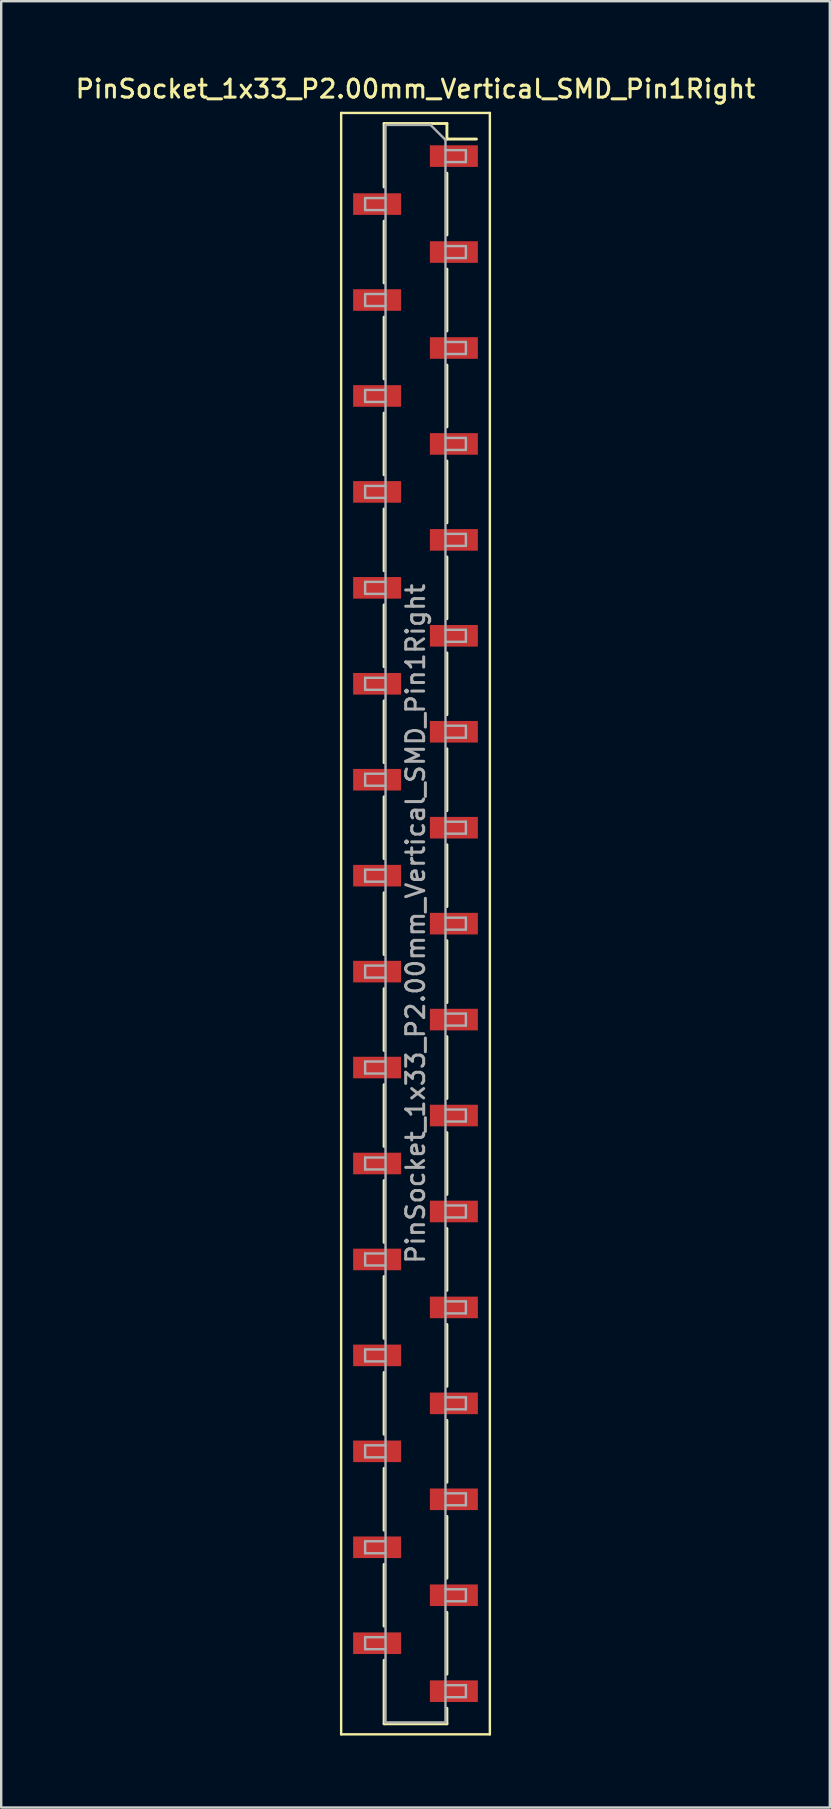
<source format=kicad_pcb>
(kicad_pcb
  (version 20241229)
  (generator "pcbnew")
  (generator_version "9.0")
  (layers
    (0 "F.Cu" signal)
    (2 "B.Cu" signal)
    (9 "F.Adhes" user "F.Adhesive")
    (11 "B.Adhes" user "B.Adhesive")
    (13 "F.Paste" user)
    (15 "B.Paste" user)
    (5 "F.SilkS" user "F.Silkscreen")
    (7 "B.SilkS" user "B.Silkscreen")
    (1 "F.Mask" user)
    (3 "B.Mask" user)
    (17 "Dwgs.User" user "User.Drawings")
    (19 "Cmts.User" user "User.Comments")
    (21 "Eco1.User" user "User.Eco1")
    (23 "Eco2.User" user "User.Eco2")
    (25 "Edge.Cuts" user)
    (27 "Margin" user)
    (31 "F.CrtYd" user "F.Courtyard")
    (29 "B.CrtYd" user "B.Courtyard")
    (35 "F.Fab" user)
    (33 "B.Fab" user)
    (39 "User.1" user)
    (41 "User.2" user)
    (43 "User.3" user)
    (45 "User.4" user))
  (footprint "PinSocket_1x33_P2.00mm_Vertical_SMD_Pin1Right"
    (layer "F.Cu")
    (at 14.273 35.458)
    (property "Reference" "PinSocket_1x33_P2.00mm_Vertical_SMD_Pin1Right" (at 0 -34.8 0) (layer "F.SilkS") (effects (font (size 0.75 0.75) (thickness 0.125))))
    (attr smd)
    (fp_line (start -3.1 -33.8) (end 3.1 -33.8) (stroke (width 0.1) (type solid)) (layer "F.SilkS"))
    (fp_line (start -3.1 33.8) (end -3.1 -33.8) (stroke (width 0.1) (type solid)) (layer "F.SilkS"))
    (fp_line (start -1.31 -33.36) (end -1.31 -30.71) (stroke (width 0.12) (type solid)) (layer "F.SilkS"))
    (fp_line (start -1.31 -33.36) (end 1.31 -33.36) (stroke (width 0.12) (type solid)) (layer "F.SilkS"))
    (fp_line (start -1.31 -29.29) (end -1.31 -26.71) (stroke (width 0.12) (type solid)) (layer "F.SilkS"))
    (fp_line (start -1.31 -25.29) (end -1.31 -22.71) (stroke (width 0.12) (type solid)) (layer "F.SilkS"))
    (fp_line (start -1.31 -21.29) (end -1.31 -18.71) (stroke (width 0.12) (type solid)) (layer "F.SilkS"))
    (fp_line (start -1.31 -17.29) (end -1.31 -14.71) (stroke (width 0.12) (type solid)) (layer "F.SilkS"))
    (fp_line (start -1.31 -13.29) (end -1.31 -10.71) (stroke (width 0.12) (type solid)) (layer "F.SilkS"))
    (fp_line (start -1.31 -9.29) (end -1.31 -6.71) (stroke (width 0.12) (type solid)) (layer "F.SilkS"))
    (fp_line (start -1.31 -5.29) (end -1.31 -2.71) (stroke (width 0.12) (type solid)) (layer "F.SilkS"))
    (fp_line (start -1.31 -1.29) (end -1.31 1.29) (stroke (width 0.12) (type solid)) (layer "F.SilkS"))
    (fp_line (start -1.31 2.71) (end -1.31 5.29) (stroke (width 0.12) (type solid)) (layer "F.SilkS"))
    (fp_line (start -1.31 6.71) (end -1.31 9.29) (stroke (width 0.12) (type solid)) (layer "F.SilkS"))
    (fp_line (start -1.31 10.71) (end -1.31 13.29) (stroke (width 0.12) (type solid)) (layer "F.SilkS"))
    (fp_line (start -1.31 14.71) (end -1.31 17.29) (stroke (width 0.12) (type solid)) (layer "F.SilkS"))
    (fp_line (start -1.31 18.71) (end -1.31 21.29) (stroke (width 0.12) (type solid)) (layer "F.SilkS"))
    (fp_line (start -1.31 22.71) (end -1.31 25.29) (stroke (width 0.12) (type solid)) (layer "F.SilkS"))
    (fp_line (start -1.31 26.71) (end -1.31 29.29) (stroke (width 0.12) (type solid)) (layer "F.SilkS"))
    (fp_line (start -1.31 30.71) (end -1.31 33.36) (stroke (width 0.12) (type solid)) (layer "F.SilkS"))
    (fp_line (start -1.31 33.36) (end 1.31 33.36) (stroke (width 0.12) (type solid)) (layer "F.SilkS"))
    (fp_line (start 1.31 -33.36) (end 1.31 -32.71) (stroke (width 0.12) (type solid)) (layer "F.SilkS"))
    (fp_line (start 1.31 -32.71) (end 2.54 -32.71) (stroke (width 0.12) (type solid)) (layer "F.SilkS"))
    (fp_line (start 1.31 -31.29) (end 1.31 -28.71) (stroke (width 0.12) (type solid)) (layer "F.SilkS"))
    (fp_line (start 1.31 -27.29) (end 1.31 -24.71) (stroke (width 0.12) (type solid)) (layer "F.SilkS"))
    (fp_line (start 1.31 -23.29) (end 1.31 -20.71) (stroke (width 0.12) (type solid)) (layer "F.SilkS"))
    (fp_line (start 1.31 -19.29) (end 1.31 -16.71) (stroke (width 0.12) (type solid)) (layer "F.SilkS"))
    (fp_line (start 1.31 -15.29) (end 1.31 -12.71) (stroke (width 0.12) (type solid)) (layer "F.SilkS"))
    (fp_line (start 1.31 -11.29) (end 1.31 -8.71) (stroke (width 0.12) (type solid)) (layer "F.SilkS"))
    (fp_line (start 1.31 -7.29) (end 1.31 -4.71) (stroke (width 0.12) (type solid)) (layer "F.SilkS"))
    (fp_line (start 1.31 -3.29) (end 1.31 -0.71) (stroke (width 0.12) (type solid)) (layer "F.SilkS"))
    (fp_line (start 1.31 0.71) (end 1.31 3.29) (stroke (width 0.12) (type solid)) (layer "F.SilkS"))
    (fp_line (start 1.31 4.71) (end 1.31 7.29) (stroke (width 0.12) (type solid)) (layer "F.SilkS"))
    (fp_line (start 1.31 8.71) (end 1.31 11.29) (stroke (width 0.12) (type solid)) (layer "F.SilkS"))
    (fp_line (start 1.31 12.71) (end 1.31 15.29) (stroke (width 0.12) (type solid)) (layer "F.SilkS"))
    (fp_line (start 1.31 16.71) (end 1.31 19.29) (stroke (width 0.12) (type solid)) (layer "F.SilkS"))
    (fp_line (start 1.31 20.71) (end 1.31 23.29) (stroke (width 0.12) (type solid)) (layer "F.SilkS"))
    (fp_line (start 1.31 24.71) (end 1.31 27.29) (stroke (width 0.12) (type solid)) (layer "F.SilkS"))
    (fp_line (start 1.31 28.71) (end 1.31 31.29) (stroke (width 0.12) (type solid)) (layer "F.SilkS"))
    (fp_line (start 1.31 32.71) (end 1.31 33.36) (stroke (width 0.12) (type solid)) (layer "F.SilkS"))
    (fp_line (start 3.1 -33.8) (end 3.1 33.8) (stroke (width 0.1) (type solid)) (layer "F.SilkS"))
    (fp_line (start 3.1 33.8) (end -3.1 33.8) (stroke (width 0.1) (type solid)) (layer "F.SilkS"))
    (fp_line (start -2.1 -30.25) (end -1.25 -30.25) (stroke (width 0.1) (type solid)) (layer "F.Fab"))
    (fp_line (start -2.1 -29.75) (end -2.1 -30.25) (stroke (width 0.1) (type solid)) (layer "F.Fab"))
    (fp_line (start -2.1 -26.25) (end -1.25 -26.25) (stroke (width 0.1) (type solid)) (layer "F.Fab"))
    (fp_line (start -2.1 -25.75) (end -2.1 -26.25) (stroke (width 0.1) (type solid)) (layer "F.Fab"))
    (fp_line (start -2.1 -22.25) (end -1.25 -22.25) (stroke (width 0.1) (type solid)) (layer "F.Fab"))
    (fp_line (start -2.1 -21.75) (end -2.1 -22.25) (stroke (width 0.1) (type solid)) (layer "F.Fab"))
    (fp_line (start -2.1 -18.25) (end -1.25 -18.25) (stroke (width 0.1) (type solid)) (layer "F.Fab"))
    (fp_line (start -2.1 -17.75) (end -2.1 -18.25) (stroke (width 0.1) (type solid)) (layer "F.Fab"))
    (fp_line (start -2.1 -14.25) (end -1.25 -14.25) (stroke (width 0.1) (type solid)) (layer "F.Fab"))
    (fp_line (start -2.1 -13.75) (end -2.1 -14.25) (stroke (width 0.1) (type solid)) (layer "F.Fab"))
    (fp_line (start -2.1 -10.25) (end -1.25 -10.25) (stroke (width 0.1) (type solid)) (layer "F.Fab"))
    (fp_line (start -2.1 -9.75) (end -2.1 -10.25) (stroke (width 0.1) (type solid)) (layer "F.Fab"))
    (fp_line (start -2.1 -6.25) (end -1.25 -6.25) (stroke (width 0.1) (type solid)) (layer "F.Fab"))
    (fp_line (start -2.1 -5.75) (end -2.1 -6.25) (stroke (width 0.1) (type solid)) (layer "F.Fab"))
    (fp_line (start -2.1 -2.25) (end -1.25 -2.25) (stroke (width 0.1) (type solid)) (layer "F.Fab"))
    (fp_line (start -2.1 -1.75) (end -2.1 -2.25) (stroke (width 0.1) (type solid)) (layer "F.Fab"))
    (fp_line (start -2.1 1.75) (end -1.25 1.75) (stroke (width 0.1) (type solid)) (layer "F.Fab"))
    (fp_line (start -2.1 2.25) (end -2.1 1.75) (stroke (width 0.1) (type solid)) (layer "F.Fab"))
    (fp_line (start -2.1 5.75) (end -1.25 5.75) (stroke (width 0.1) (type solid)) (layer "F.Fab"))
    (fp_line (start -2.1 6.25) (end -2.1 5.75) (stroke (width 0.1) (type solid)) (layer "F.Fab"))
    (fp_line (start -2.1 9.75) (end -1.25 9.75) (stroke (width 0.1) (type solid)) (layer "F.Fab"))
    (fp_line (start -2.1 10.25) (end -2.1 9.75) (stroke (width 0.1) (type solid)) (layer "F.Fab"))
    (fp_line (start -2.1 13.75) (end -1.25 13.75) (stroke (width 0.1) (type solid)) (layer "F.Fab"))
    (fp_line (start -2.1 14.25) (end -2.1 13.75) (stroke (width 0.1) (type solid)) (layer "F.Fab"))
    (fp_line (start -2.1 17.75) (end -1.25 17.75) (stroke (width 0.1) (type solid)) (layer "F.Fab"))
    (fp_line (start -2.1 18.25) (end -2.1 17.75) (stroke (width 0.1) (type solid)) (layer "F.Fab"))
    (fp_line (start -2.1 21.75) (end -1.25 21.75) (stroke (width 0.1) (type solid)) (layer "F.Fab"))
    (fp_line (start -2.1 22.25) (end -2.1 21.75) (stroke (width 0.1) (type solid)) (layer "F.Fab"))
    (fp_line (start -2.1 25.75) (end -1.25 25.75) (stroke (width 0.1) (type solid)) (layer "F.Fab"))
    (fp_line (start -2.1 26.25) (end -2.1 25.75) (stroke (width 0.1) (type solid)) (layer "F.Fab"))
    (fp_line (start -2.1 29.75) (end -1.25 29.75) (stroke (width 0.1) (type solid)) (layer "F.Fab"))
    (fp_line (start -2.1 30.25) (end -2.1 29.75) (stroke (width 0.1) (type solid)) (layer "F.Fab"))
    (fp_line (start -1.25 -33.3) (end 0.625 -33.3) (stroke (width 0.1) (type solid)) (layer "F.Fab"))
    (fp_line (start -1.25 -29.75) (end -2.1 -29.75) (stroke (width 0.1) (type solid)) (layer "F.Fab"))
    (fp_line (start -1.25 -25.75) (end -2.1 -25.75) (stroke (width 0.1) (type solid)) (layer "F.Fab"))
    (fp_line (start -1.25 -21.75) (end -2.1 -21.75) (stroke (width 0.1) (type solid)) (layer "F.Fab"))
    (fp_line (start -1.25 -17.75) (end -2.1 -17.75) (stroke (width 0.1) (type solid)) (layer "F.Fab"))
    (fp_line (start -1.25 -13.75) (end -2.1 -13.75) (stroke (width 0.1) (type solid)) (layer "F.Fab"))
    (fp_line (start -1.25 -9.75) (end -2.1 -9.75) (stroke (width 0.1) (type solid)) (layer "F.Fab"))
    (fp_line (start -1.25 -5.75) (end -2.1 -5.75) (stroke (width 0.1) (type solid)) (layer "F.Fab"))
    (fp_line (start -1.25 -1.75) (end -2.1 -1.75) (stroke (width 0.1) (type solid)) (layer "F.Fab"))
    (fp_line (start -1.25 2.25) (end -2.1 2.25) (stroke (width 0.1) (type solid)) (layer "F.Fab"))
    (fp_line (start -1.25 6.25) (end -2.1 6.25) (stroke (width 0.1) (type solid)) (layer "F.Fab"))
    (fp_line (start -1.25 10.25) (end -2.1 10.25) (stroke (width 0.1) (type solid)) (layer "F.Fab"))
    (fp_line (start -1.25 14.25) (end -2.1 14.25) (stroke (width 0.1) (type solid)) (layer "F.Fab"))
    (fp_line (start -1.25 18.25) (end -2.1 18.25) (stroke (width 0.1) (type solid)) (layer "F.Fab"))
    (fp_line (start -1.25 22.25) (end -2.1 22.25) (stroke (width 0.1) (type solid)) (layer "F.Fab"))
    (fp_line (start -1.25 26.25) (end -2.1 26.25) (stroke (width 0.1) (type solid)) (layer "F.Fab"))
    (fp_line (start -1.25 30.25) (end -2.1 30.25) (stroke (width 0.1) (type solid)) (layer "F.Fab"))
    (fp_line (start -1.25 33.3) (end -1.25 -33.3) (stroke (width 0.1) (type solid)) (layer "F.Fab"))
    (fp_line (start 0.625 -33.3) (end 1.25 -32.675) (stroke (width 0.1) (type solid)) (layer "F.Fab"))
    (fp_line (start 1.25 -32.675) (end 1.25 33.3) (stroke (width 0.1) (type solid)) (layer "F.Fab"))
    (fp_line (start 1.25 -32.25) (end 2.1 -32.25) (stroke (width 0.1) (type solid)) (layer "F.Fab"))
    (fp_line (start 1.25 -28.25) (end 2.1 -28.25) (stroke (width 0.1) (type solid)) (layer "F.Fab"))
    (fp_line (start 1.25 -24.25) (end 2.1 -24.25) (stroke (width 0.1) (type solid)) (layer "F.Fab"))
    (fp_line (start 1.25 -20.25) (end 2.1 -20.25) (stroke (width 0.1) (type solid)) (layer "F.Fab"))
    (fp_line (start 1.25 -16.25) (end 2.1 -16.25) (stroke (width 0.1) (type solid)) (layer "F.Fab"))
    (fp_line (start 1.25 -12.25) (end 2.1 -12.25) (stroke (width 0.1) (type solid)) (layer "F.Fab"))
    (fp_line (start 1.25 -8.25) (end 2.1 -8.25) (stroke (width 0.1) (type solid)) (layer "F.Fab"))
    (fp_line (start 1.25 -4.25) (end 2.1 -4.25) (stroke (width 0.1) (type solid)) (layer "F.Fab"))
    (fp_line (start 1.25 -0.25) (end 2.1 -0.25) (stroke (width 0.1) (type solid)) (layer "F.Fab"))
    (fp_line (start 1.25 3.75) (end 2.1 3.75) (stroke (width 0.1) (type solid)) (layer "F.Fab"))
    (fp_line (start 1.25 7.75) (end 2.1 7.75) (stroke (width 0.1) (type solid)) (layer "F.Fab"))
    (fp_line (start 1.25 11.75) (end 2.1 11.75) (stroke (width 0.1) (type solid)) (layer "F.Fab"))
    (fp_line (start 1.25 15.75) (end 2.1 15.75) (stroke (width 0.1) (type solid)) (layer "F.Fab"))
    (fp_line (start 1.25 19.75) (end 2.1 19.75) (stroke (width 0.1) (type solid)) (layer "F.Fab"))
    (fp_line (start 1.25 23.75) (end 2.1 23.75) (stroke (width 0.1) (type solid)) (layer "F.Fab"))
    (fp_line (start 1.25 27.75) (end 2.1 27.75) (stroke (width 0.1) (type solid)) (layer "F.Fab"))
    (fp_line (start 1.25 31.75) (end 2.1 31.75) (stroke (width 0.1) (type solid)) (layer "F.Fab"))
    (fp_line (start 1.25 33.3) (end -1.25 33.3) (stroke (width 0.1) (type solid)) (layer "F.Fab"))
    (fp_line (start 2.1 -32.25) (end 2.1 -31.75) (stroke (width 0.1) (type solid)) (layer "F.Fab"))
    (fp_line (start 2.1 -31.75) (end 1.25 -31.75) (stroke (width 0.1) (type solid)) (layer "F.Fab"))
    (fp_line (start 2.1 -28.25) (end 2.1 -27.75) (stroke (width 0.1) (type solid)) (layer "F.Fab"))
    (fp_line (start 2.1 -27.75) (end 1.25 -27.75) (stroke (width 0.1) (type solid)) (layer "F.Fab"))
    (fp_line (start 2.1 -24.25) (end 2.1 -23.75) (stroke (width 0.1) (type solid)) (layer "F.Fab"))
    (fp_line (start 2.1 -23.75) (end 1.25 -23.75) (stroke (width 0.1) (type solid)) (layer "F.Fab"))
    (fp_line (start 2.1 -20.25) (end 2.1 -19.75) (stroke (width 0.1) (type solid)) (layer "F.Fab"))
    (fp_line (start 2.1 -19.75) (end 1.25 -19.75) (stroke (width 0.1) (type solid)) (layer "F.Fab"))
    (fp_line (start 2.1 -16.25) (end 2.1 -15.75) (stroke (width 0.1) (type solid)) (layer "F.Fab"))
    (fp_line (start 2.1 -15.75) (end 1.25 -15.75) (stroke (width 0.1) (type solid)) (layer "F.Fab"))
    (fp_line (start 2.1 -12.25) (end 2.1 -11.75) (stroke (width 0.1) (type solid)) (layer "F.Fab"))
    (fp_line (start 2.1 -11.75) (end 1.25 -11.75) (stroke (width 0.1) (type solid)) (layer "F.Fab"))
    (fp_line (start 2.1 -8.25) (end 2.1 -7.75) (stroke (width 0.1) (type solid)) (layer "F.Fab"))
    (fp_line (start 2.1 -7.75) (end 1.25 -7.75) (stroke (width 0.1) (type solid)) (layer "F.Fab"))
    (fp_line (start 2.1 -4.25) (end 2.1 -3.75) (stroke (width 0.1) (type solid)) (layer "F.Fab"))
    (fp_line (start 2.1 -3.75) (end 1.25 -3.75) (stroke (width 0.1) (type solid)) (layer "F.Fab"))
    (fp_line (start 2.1 -0.25) (end 2.1 0.25) (stroke (width 0.1) (type solid)) (layer "F.Fab"))
    (fp_line (start 2.1 0.25) (end 1.25 0.25) (stroke (width 0.1) (type solid)) (layer "F.Fab"))
    (fp_line (start 2.1 3.75) (end 2.1 4.25) (stroke (width 0.1) (type solid)) (layer "F.Fab"))
    (fp_line (start 2.1 4.25) (end 1.25 4.25) (stroke (width 0.1) (type solid)) (layer "F.Fab"))
    (fp_line (start 2.1 7.75) (end 2.1 8.25) (stroke (width 0.1) (type solid)) (layer "F.Fab"))
    (fp_line (start 2.1 8.25) (end 1.25 8.25) (stroke (width 0.1) (type solid)) (layer "F.Fab"))
    (fp_line (start 2.1 11.75) (end 2.1 12.25) (stroke (width 0.1) (type solid)) (layer "F.Fab"))
    (fp_line (start 2.1 12.25) (end 1.25 12.25) (stroke (width 0.1) (type solid)) (layer "F.Fab"))
    (fp_line (start 2.1 15.75) (end 2.1 16.25) (stroke (width 0.1) (type solid)) (layer "F.Fab"))
    (fp_line (start 2.1 16.25) (end 1.25 16.25) (stroke (width 0.1) (type solid)) (layer "F.Fab"))
    (fp_line (start 2.1 19.75) (end 2.1 20.25) (stroke (width 0.1) (type solid)) (layer "F.Fab"))
    (fp_line (start 2.1 20.25) (end 1.25 20.25) (stroke (width 0.1) (type solid)) (layer "F.Fab"))
    (fp_line (start 2.1 23.75) (end 2.1 24.25) (stroke (width 0.1) (type solid)) (layer "F.Fab"))
    (fp_line (start 2.1 24.25) (end 1.25 24.25) (stroke (width 0.1) (type solid)) (layer "F.Fab"))
    (fp_line (start 2.1 27.75) (end 2.1 28.25) (stroke (width 0.1) (type solid)) (layer "F.Fab"))
    (fp_line (start 2.1 28.25) (end 1.25 28.25) (stroke (width 0.1) (type solid)) (layer "F.Fab"))
    (fp_line (start 2.1 31.75) (end 2.1 32.25) (stroke (width 0.1) (type solid)) (layer "F.Fab"))
    (fp_line (start 2.1 32.25) (end 1.25 32.25) (stroke (width 0.1) (type solid)) (layer "F.Fab"))
    (fp_text user "${REFERENCE}" (at 0 0 90) (layer "F.Fab") (effects (font (size 0.75 0.75) (thickness 0.125))))
    (pad "1" smd rect (at 1.6 -32) (size 2 0.9) (layers "F.Cu" "F.Mask" "F.Paste"))
    (pad "2" smd rect (at -1.6 -30) (size 2 0.9) (layers "F.Cu" "F.Mask" "F.Paste"))
    (pad "3" smd rect (at 1.6 -28) (size 2 0.9) (layers "F.Cu" "F.Mask" "F.Paste"))
    (pad "4" smd rect (at -1.6 -26) (size 2 0.9) (layers "F.Cu" "F.Mask" "F.Paste"))
    (pad "5" smd rect (at 1.6 -24) (size 2 0.9) (layers "F.Cu" "F.Mask" "F.Paste"))
    (pad "6" smd rect (at -1.6 -22) (size 2 0.9) (layers "F.Cu" "F.Mask" "F.Paste"))
    (pad "7" smd rect (at 1.6 -20) (size 2 0.9) (layers "F.Cu" "F.Mask" "F.Paste"))
    (pad "8" smd rect (at -1.6 -18) (size 2 0.9) (layers "F.Cu" "F.Mask" "F.Paste"))
    (pad "9" smd rect (at 1.6 -16) (size 2 0.9) (layers "F.Cu" "F.Mask" "F.Paste"))
    (pad "10" smd rect (at -1.6 -14) (size 2 0.9) (layers "F.Cu" "F.Mask" "F.Paste"))
    (pad "11" smd rect (at 1.6 -12) (size 2 0.9) (layers "F.Cu" "F.Mask" "F.Paste"))
    (pad "12" smd rect (at -1.6 -10) (size 2 0.9) (layers "F.Cu" "F.Mask" "F.Paste"))
    (pad "13" smd rect (at 1.6 -8) (size 2 0.9) (layers "F.Cu" "F.Mask" "F.Paste"))
    (pad "14" smd rect (at -1.6 -6) (size 2 0.9) (layers "F.Cu" "F.Mask" "F.Paste"))
    (pad "15" smd rect (at 1.6 -4) (size 2 0.9) (layers "F.Cu" "F.Mask" "F.Paste"))
    (pad "16" smd rect (at -1.6 -2) (size 2 0.9) (layers "F.Cu" "F.Mask" "F.Paste"))
    (pad "17" smd rect (at 1.6 0) (size 2 0.9) (layers "F.Cu" "F.Mask" "F.Paste"))
    (pad "18" smd rect (at -1.6 2) (size 2 0.9) (layers "F.Cu" "F.Mask" "F.Paste"))
    (pad "19" smd rect (at 1.6 4) (size 2 0.9) (layers "F.Cu" "F.Mask" "F.Paste"))
    (pad "20" smd rect (at -1.6 6) (size 2 0.9) (layers "F.Cu" "F.Mask" "F.Paste"))
    (pad "21" smd rect (at 1.6 8) (size 2 0.9) (layers "F.Cu" "F.Mask" "F.Paste"))
    (pad "22" smd rect (at -1.6 10) (size 2 0.9) (layers "F.Cu" "F.Mask" "F.Paste"))
    (pad "23" smd rect (at 1.6 12) (size 2 0.9) (layers "F.Cu" "F.Mask" "F.Paste"))
    (pad "24" smd rect (at -1.6 14) (size 2 0.9) (layers "F.Cu" "F.Mask" "F.Paste"))
    (pad "25" smd rect (at 1.6 16) (size 2 0.9) (layers "F.Cu" "F.Mask" "F.Paste"))
    (pad "26" smd rect (at -1.6 18) (size 2 0.9) (layers "F.Cu" "F.Mask" "F.Paste"))
    (pad "27" smd rect (at 1.6 20) (size 2 0.9) (layers "F.Cu" "F.Mask" "F.Paste"))
    (pad "28" smd rect (at -1.6 22) (size 2 0.9) (layers "F.Cu" "F.Mask" "F.Paste"))
    (pad "29" smd rect (at 1.6 24) (size 2 0.9) (layers "F.Cu" "F.Mask" "F.Paste"))
    (pad "30" smd rect (at -1.6 26) (size 2 0.9) (layers "F.Cu" "F.Mask" "F.Paste"))
    (pad "31" smd rect (at 1.6 28) (size 2 0.9) (layers "F.Cu" "F.Mask" "F.Paste"))
    (pad "32" smd rect (at -1.6 30) (size 2 0.9) (layers "F.Cu" "F.Mask" "F.Paste"))
    (pad "33" smd rect (at 1.6 32) (size 2 0.9) (layers "F.Cu" "F.Mask" "F.Paste")))
  (gr_rect
    (start -3 -3)
    (end 31.546 72.308)
    (stroke (width 0.1) (type default))
    (fill no)
    (layer "Edge.Cuts")))
</source>
